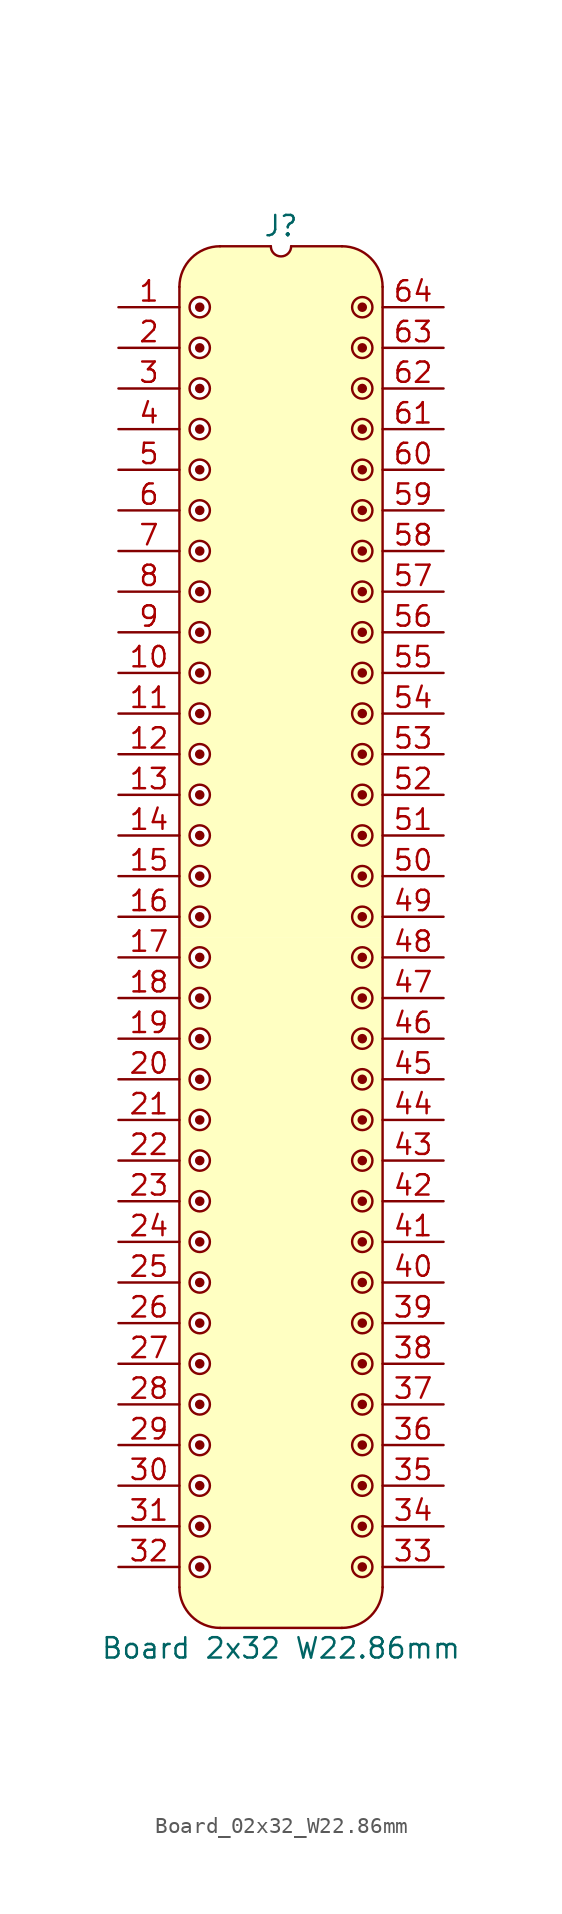
<source format=kicad_sym>
(kicad_symbol_lib
  (version 20241209)
  (generator "kicad_symbol_editor")
  (generator_version "9.0")
  (symbol "Board_02x32_W22.86mm"
    (pin_names
      (offset 1.016)
      (hide yes))
    (property "Reference" "J"
      (at 0 5.08 0)
      (effects (font (size 1.27 1.27))))
    (property "Value" "Board 2x32 W22.86mm"
      (at 0 -83.82 0)
      (effects (font (size 1.27 1.27))))
    (symbol "Board_02x32_W22.86mm_0_1"
      (polyline (pts (xy -6.35 1.27) (xy -6.35 -80.01)) (stroke (width 0) (type default)) (fill (type none)))
      (arc (start -3.8102 -82.5498) (mid -5.6063 -81.8059) (end -6.3502 -80.0098) (stroke (width 0) (type default)) (fill (type none)))
      (arc (start -6.35 1.27) (mid -5.6061 3.0661) (end -3.81 3.81) (stroke (width 0) (type default)) (fill (type none)))
      (polyline (pts (xy -3.81 3.81) (xy -0.635 3.81)) (stroke (width 0) (type default)) (fill (type none)))
      (arc (start 0.635 3.81) (mid 0 3.175) (end -0.635 3.81) (stroke (width 0) (type default)) (fill (type none)))
      (polyline (pts (xy 0.635 3.81) (xy 3.81 3.81)) (stroke (width 0) (type default)) (fill (type none)))
      (polyline (pts (xy 3.81 -82.55) (xy -3.81 -82.55)) (stroke (width 0) (type default)) (fill (type none)))
      (arc (start 3.81 3.81) (mid 5.6061 3.0661) (end 6.35 1.27) (stroke (width 0) (type default)) (fill (type none)))
      (arc (start 6.3498 -80.0098) (mid 5.6059 -81.8059) (end 3.8098 -82.5498) (stroke (width 0) (type default)) (fill (type none)))
      (polyline (pts (xy 6.35 -80.01) (xy 6.35 1.27)) (stroke (width 0) (type default)) (fill (type none))))
    (symbol "Board_02x32_W22.86mm_1_1"
      (polyline (pts (xy -6.35 1.27) (xy -6.096 2.286) (xy -5.588 3.048) (xy -4.826 3.556) (xy -4.064 3.81) (xy -0.762 3.81) (xy -0.508 3.302) (xy 0 3.048) (xy 0 -39.37) (xy -6.35 -39.37) (xy -6.35 1.27)) (stroke (width -0.0001) (type solid)) (fill (type background)))
      (polyline (pts (xy -6.35 -39.37) (xy 0 -39.37) (xy 0 -82.55) (xy -3.81 -82.55) (xy -4.826 -82.296) (xy -5.588 -81.788) (xy -6.096 -81.026) (xy -6.35 -80.01) (xy -6.35 -39.37)) (stroke (width -0.0001) (type solid)) (fill (type background)))
      (circle (center -5.08 0) (radius 0.0001) (stroke (width 0.3) (type solid)) (fill (type none)))
      (circle (center -5.08 0) (radius 0.635) (stroke (width 0) (type solid)) (fill (type color) (color 255 255 255 1)))
      (circle (center -5.08 -2.54) (radius 0.0001) (stroke (width 0.3) (type solid)) (fill (type none)))
      (circle (center -5.08 -2.54) (radius 0.635) (stroke (width 0) (type solid)) (fill (type color) (color 255 255 255 1)))
      (circle (center -5.08 -5.08) (radius 0.0001) (stroke (width 0.3) (type solid)) (fill (type none)))
      (circle (center -5.08 -5.08) (radius 0.635) (stroke (width 0) (type solid)) (fill (type color) (color 255 255 255 1)))
      (circle (center -5.08 -7.62) (radius 0.0001) (stroke (width 0.3) (type solid)) (fill (type none)))
      (circle (center -5.08 -7.62) (radius 0.635) (stroke (width 0) (type solid)) (fill (type color) (color 255 255 255 1)))
      (circle (center -5.08 -10.16) (radius 0.0001) (stroke (width 0.3) (type solid)) (fill (type none)))
      (circle (center -5.08 -10.16) (radius 0.635) (stroke (width 0) (type solid)) (fill (type color) (color 255 255 255 1)))
      (circle (center -5.08 -12.7) (radius 0.0001) (stroke (width 0.3) (type solid)) (fill (type none)))
      (circle (center -5.08 -12.7) (radius 0.635) (stroke (width 0) (type solid)) (fill (type color) (color 255 255 255 1)))
      (circle (center -5.08 -15.24) (radius 0.0001) (stroke (width 0.3) (type solid)) (fill (type none)))
      (circle (center -5.08 -15.24) (radius 0.635) (stroke (width 0) (type solid)) (fill (type color) (color 255 255 255 1)))
      (circle (center -5.08 -17.78) (radius 0.0001) (stroke (width 0.3) (type solid)) (fill (type none)))
      (circle (center -5.08 -17.78) (radius 0.635) (stroke (width 0) (type solid)) (fill (type color) (color 255 255 255 1)))
      (circle (center -5.08 -20.32) (radius 0.0001) (stroke (width 0.3) (type solid)) (fill (type none)))
      (circle (center -5.08 -20.32) (radius 0.635) (stroke (width 0) (type solid)) (fill (type color) (color 255 255 255 1)))
      (circle (center -5.08 -22.86) (radius 0.0001) (stroke (width 0.3) (type solid)) (fill (type none)))
      (circle (center -5.08 -22.86) (radius 0.635) (stroke (width 0) (type solid)) (fill (type color) (color 255 255 255 1)))
      (circle (center -5.08 -25.4) (radius 0.0001) (stroke (width 0.3) (type solid)) (fill (type none)))
      (circle (center -5.08 -25.4) (radius 0.635) (stroke (width 0) (type solid)) (fill (type color) (color 255 255 255 1)))
      (circle (center -5.08 -27.94) (radius 0.0001) (stroke (width 0.3) (type solid)) (fill (type none)))
      (circle (center -5.08 -27.94) (radius 0.635) (stroke (width 0) (type solid)) (fill (type color) (color 255 255 255 1)))
      (circle (center -5.08 -30.48) (radius 0.0001) (stroke (width 0.3) (type solid)) (fill (type none)))
      (circle (center -5.08 -30.48) (radius 0.635) (stroke (width 0) (type solid)) (fill (type color) (color 255 255 255 1)))
      (circle (center -5.08 -33.02) (radius 0.0001) (stroke (width 0.3) (type solid)) (fill (type none)))
      (circle (center -5.08 -33.02) (radius 0.635) (stroke (width 0) (type solid)) (fill (type color) (color 255 255 255 1)))
      (circle (center -5.08 -35.56) (radius 0.0001) (stroke (width 0.3) (type solid)) (fill (type none)))
      (circle (center -5.08 -35.56) (radius 0.635) (stroke (width 0) (type solid)) (fill (type color) (color 255 255 255 1)))
      (circle (center -5.08 -38.1) (radius 0.0001) (stroke (width 0.3) (type solid)) (fill (type none)))
      (circle (center -5.08 -38.1) (radius 0.635) (stroke (width 0) (type solid)) (fill (type color) (color 255 255 255 1)))
      (circle (center -5.08 -40.64) (radius 0.0001) (stroke (width 0.3) (type solid)) (fill (type none)))
      (circle (center -5.08 -40.64) (radius 0.635) (stroke (width 0) (type solid)) (fill (type color) (color 255 255 255 1)))
      (circle (center -5.08 -43.18) (radius 0.0001) (stroke (width 0.3) (type solid)) (fill (type none)))
      (circle (center -5.08 -43.18) (radius 0.635) (stroke (width 0) (type solid)) (fill (type color) (color 255 255 255 1)))
      (circle (center -5.08 -45.72) (radius 0.0001) (stroke (width 0.3) (type solid)) (fill (type none)))
      (circle (center -5.08 -45.72) (radius 0.635) (stroke (width 0) (type solid)) (fill (type color) (color 255 255 255 1)))
      (circle (center -5.08 -48.26) (radius 0.0001) (stroke (width 0.3) (type solid)) (fill (type none)))
      (circle (center -5.08 -48.26) (radius 0.635) (stroke (width 0) (type solid)) (fill (type color) (color 255 255 255 1)))
      (circle (center -5.08 -50.8) (radius 0.0001) (stroke (width 0.3) (type solid)) (fill (type none)))
      (circle (center -5.08 -50.8) (radius 0.635) (stroke (width 0) (type solid)) (fill (type color) (color 255 255 255 1)))
      (circle (center -5.08 -53.34) (radius 0.0001) (stroke (width 0.3) (type solid)) (fill (type none)))
      (circle (center -5.08 -53.34) (radius 0.635) (stroke (width 0) (type solid)) (fill (type color) (color 255 255 255 1)))
      (circle (center -5.08 -55.88) (radius 0.0001) (stroke (width 0.3) (type solid)) (fill (type none)))
      (circle (center -5.08 -55.88) (radius 0.635) (stroke (width 0) (type solid)) (fill (type color) (color 255 255 255 1)))
      (circle (center -5.08 -58.42) (radius 0.0001) (stroke (width 0.3) (type solid)) (fill (type none)))
      (circle (center -5.08 -58.42) (radius 0.635) (stroke (width 0) (type solid)) (fill (type color) (color 255 255 255 1)))
      (circle (center -5.08 -60.96) (radius 0.0001) (stroke (width 0.3) (type solid)) (fill (type none)))
      (circle (center -5.08 -60.96) (radius 0.635) (stroke (width 0) (type solid)) (fill (type color) (color 255 255 255 1)))
      (circle (center -5.08 -63.5) (radius 0.0001) (stroke (width 0.3) (type solid)) (fill (type none)))
      (circle (center -5.08 -63.5) (radius 0.635) (stroke (width 0) (type solid)) (fill (type color) (color 255 255 255 1)))
      (circle (center -5.08 -66.04) (radius 0.0001) (stroke (width 0.3) (type solid)) (fill (type none)))
      (circle (center -5.08 -66.04) (radius 0.635) (stroke (width 0) (type solid)) (fill (type color) (color 255 255 255 1)))
      (circle (center -5.08 -68.58) (radius 0.0001) (stroke (width 0.3) (type solid)) (fill (type none)))
      (circle (center -5.08 -68.58) (radius 0.635) (stroke (width 0) (type solid)) (fill (type color) (color 255 255 255 1)))
      (circle (center -5.08 -71.12) (radius 0.0001) (stroke (width 0.3) (type solid)) (fill (type none)))
      (circle (center -5.08 -71.12) (radius 0.635) (stroke (width 0) (type solid)) (fill (type color) (color 255 255 255 1)))
      (circle (center -5.08 -73.66) (radius 0.0001) (stroke (width 0.3) (type solid)) (fill (type none)))
      (circle (center -5.08 -73.66) (radius 0.635) (stroke (width 0) (type solid)) (fill (type color) (color 255 255 255 1)))
      (circle (center -5.08 -76.2) (radius 0.0001) (stroke (width 0.3) (type solid)) (fill (type none)))
      (circle (center -5.08 -76.2) (radius 0.635) (stroke (width 0) (type solid)) (fill (type color) (color 255 255 255 1)))
      (circle (center -5.08 -78.74) (radius 0.0001) (stroke (width 0.3) (type solid)) (fill (type none)))
      (circle (center -5.08 -78.74) (radius 0.635) (stroke (width 0) (type solid)) (fill (type color) (color 255 255 255 1)))
      (circle (center 5.08 0) (radius 0.0001) (stroke (width 0.3) (type solid)) (fill (type none)))
      (circle (center 5.08 0) (radius 0.635) (stroke (width 0) (type solid)) (fill (type color) (color 255 255 255 1)))
      (circle (center 5.08 -2.54) (radius 0.0001) (stroke (width 0.3) (type solid)) (fill (type none)))
      (circle (center 5.08 -2.54) (radius 0.635) (stroke (width 0) (type solid)) (fill (type color) (color 255 255 255 1)))
      (circle (center 5.08 -5.08) (radius 0.0001) (stroke (width 0.3) (type solid)) (fill (type none)))
      (circle (center 5.08 -5.08) (radius 0.635) (stroke (width 0) (type solid)) (fill (type color) (color 255 255 255 1)))
      (circle (center 5.08 -7.62) (radius 0.0001) (stroke (width 0.3) (type solid)) (fill (type none)))
      (circle (center 5.08 -7.62) (radius 0.635) (stroke (width 0) (type solid)) (fill (type color) (color 255 255 255 1)))
      (circle (center 5.08 -10.16) (radius 0.0001) (stroke (width 0.3) (type solid)) (fill (type none)))
      (circle (center 5.08 -10.16) (radius 0.635) (stroke (width 0) (type solid)) (fill (type color) (color 255 255 255 1)))
      (circle (center 5.08 -12.7) (radius 0.0001) (stroke (width 0.3) (type solid)) (fill (type none)))
      (circle (center 5.08 -12.7) (radius 0.635) (stroke (width 0) (type solid)) (fill (type color) (color 255 255 255 1)))
      (circle (center 5.08 -15.24) (radius 0.0001) (stroke (width 0.3) (type solid)) (fill (type none)))
      (circle (center 5.08 -15.24) (radius 0.635) (stroke (width 0) (type solid)) (fill (type color) (color 255 255 255 1)))
      (circle (center 5.08 -17.78) (radius 0.0001) (stroke (width 0.3) (type solid)) (fill (type none)))
      (circle (center 5.08 -17.78) (radius 0.635) (stroke (width 0) (type solid)) (fill (type color) (color 255 255 255 1)))
      (circle (center 5.08 -20.32) (radius 0.0001) (stroke (width 0.3) (type solid)) (fill (type none)))
      (circle (center 5.08 -20.32) (radius 0.635) (stroke (width 0) (type solid)) (fill (type color) (color 255 255 255 1)))
      (circle (center 5.08 -22.86) (radius 0.0001) (stroke (width 0.3) (type solid)) (fill (type none)))
      (circle (center 5.08 -22.86) (radius 0.635) (stroke (width 0) (type solid)) (fill (type color) (color 255 255 255 1)))
      (circle (center 5.08 -25.4) (radius 0.0001) (stroke (width 0.3) (type solid)) (fill (type none)))
      (circle (center 5.08 -25.4) (radius 0.635) (stroke (width 0) (type solid)) (fill (type color) (color 255 255 255 1)))
      (circle (center 5.08 -27.94) (radius 0.0001) (stroke (width 0.3) (type solid)) (fill (type none)))
      (circle (center 5.08 -27.94) (radius 0.635) (stroke (width 0) (type solid)) (fill (type color) (color 255 255 255 1)))
      (circle (center 5.08 -30.48) (radius 0.0001) (stroke (width 0.3) (type solid)) (fill (type none)))
      (circle (center 5.08 -30.48) (radius 0.635) (stroke (width 0) (type solid)) (fill (type color) (color 255 255 255 1)))
      (circle (center 5.08 -33.02) (radius 0.0001) (stroke (width 0.3) (type solid)) (fill (type none)))
      (circle (center 5.08 -33.02) (radius 0.635) (stroke (width 0) (type solid)) (fill (type color) (color 255 255 255 1)))
      (circle (center 5.08 -35.56) (radius 0.0001) (stroke (width 0.3) (type solid)) (fill (type none)))
      (circle (center 5.08 -35.56) (radius 0.635) (stroke (width 0) (type solid)) (fill (type color) (color 255 255 255 1)))
      (circle (center 5.08 -38.1) (radius 0.0001) (stroke (width 0.3) (type solid)) (fill (type none)))
      (circle (center 5.08 -38.1) (radius 0.635) (stroke (width 0) (type solid)) (fill (type color) (color 255 255 255 1)))
      (circle (center 5.08 -40.64) (radius 0.0001) (stroke (width 0.3) (type solid)) (fill (type none)))
      (circle (center 5.08 -40.64) (radius 0.635) (stroke (width 0) (type solid)) (fill (type color) (color 255 255 255 1)))
      (circle (center 5.08 -43.18) (radius 0.0001) (stroke (width 0.3) (type solid)) (fill (type none)))
      (circle (center 5.08 -43.18) (radius 0.635) (stroke (width 0) (type solid)) (fill (type color) (color 255 255 255 1)))
      (circle (center 5.08 -45.72) (radius 0.0001) (stroke (width 0.3) (type solid)) (fill (type none)))
      (circle (center 5.08 -45.72) (radius 0.635) (stroke (width 0) (type solid)) (fill (type color) (color 255 255 255 1)))
      (circle (center 5.08 -48.26) (radius 0.0001) (stroke (width 0.3) (type solid)) (fill (type none)))
      (circle (center 5.08 -48.26) (radius 0.635) (stroke (width 0) (type solid)) (fill (type color) (color 255 255 255 1)))
      (circle (center 5.08 -50.8) (radius 0.0001) (stroke (width 0.3) (type solid)) (fill (type none)))
      (circle (center 5.08 -50.8) (radius 0.635) (stroke (width 0) (type solid)) (fill (type color) (color 255 255 255 1)))
      (circle (center 5.08 -53.34) (radius 0.0001) (stroke (width 0.3) (type solid)) (fill (type none)))
      (circle (center 5.08 -53.34) (radius 0.635) (stroke (width 0) (type solid)) (fill (type color) (color 255 255 255 1)))
      (circle (center 5.08 -55.88) (radius 0.0001) (stroke (width 0.3) (type solid)) (fill (type none)))
      (circle (center 5.08 -55.88) (radius 0.635) (stroke (width 0) (type solid)) (fill (type color) (color 255 255 255 1)))
      (circle (center 5.08 -58.42) (radius 0.0001) (stroke (width 0.3) (type solid)) (fill (type none)))
      (circle (center 5.08 -58.42) (radius 0.635) (stroke (width 0) (type solid)) (fill (type color) (color 255 255 255 1)))
      (circle (center 5.08 -60.96) (radius 0.0001) (stroke (width 0.3) (type solid)) (fill (type none)))
      (circle (center 5.08 -60.96) (radius 0.635) (stroke (width 0) (type solid)) (fill (type color) (color 255 255 255 1)))
      (circle (center 5.08 -63.5) (radius 0.0001) (stroke (width 0.3) (type solid)) (fill (type none)))
      (circle (center 5.08 -63.5) (radius 0.635) (stroke (width 0) (type solid)) (fill (type color) (color 255 255 255 1)))
      (circle (center 5.08 -66.04) (radius 0.0001) (stroke (width 0.3) (type solid)) (fill (type none)))
      (circle (center 5.08 -66.04) (radius 0.635) (stroke (width 0) (type solid)) (fill (type color) (color 255 255 255 1)))
      (circle (center 5.08 -68.58) (radius 0.0001) (stroke (width 0.3) (type solid)) (fill (type none)))
      (circle (center 5.08 -68.58) (radius 0.635) (stroke (width 0) (type solid)) (fill (type color) (color 255 255 255 1)))
      (circle (center 5.08 -71.12) (radius 0.0001) (stroke (width 0.3) (type solid)) (fill (type none)))
      (circle (center 5.08 -71.12) (radius 0.635) (stroke (width 0) (type solid)) (fill (type color) (color 255 255 255 1)))
      (circle (center 5.08 -73.66) (radius 0.0001) (stroke (width 0.3) (type solid)) (fill (type none)))
      (circle (center 5.08 -73.66) (radius 0.635) (stroke (width 0) (type solid)) (fill (type color) (color 255 255 255 1)))
      (circle (center 5.08 -76.2) (radius 0.0001) (stroke (width 0.3) (type solid)) (fill (type none)))
      (circle (center 5.08 -76.2) (radius 0.635) (stroke (width 0) (type solid)) (fill (type color) (color 255 255 255 1)))
      (circle (center 5.08 -78.74) (radius 0.0001) (stroke (width 0.3) (type solid)) (fill (type none)))
      (circle (center 5.08 -78.74) (radius 0.635) (stroke (width 0) (type solid)) (fill (type color) (color 255 255 255 1)))
      (polyline (pts (xy 6.35 1.27) (xy 6.096 2.286) (xy 5.588 3.048) (xy 4.826 3.556) (xy 4.064 3.81) (xy 0.762 3.81) (xy 0.508 3.302) (xy 0 3.048) (xy 0 -39.37) (xy 6.35 -39.37) (xy 6.35 1.27)) (stroke (width -0.0001) (type solid)) (fill (type background)))
      (polyline (pts (xy 6.35 -39.37) (xy 0 -39.37) (xy 0 -82.55) (xy 3.81 -82.55) (xy 4.826 -82.296) (xy 5.588 -81.788) (xy 6.096 -81.026) (xy 6.35 -80.01)) (stroke (width -0.0001) (type solid)) (fill (type background)))
      (pin passive line (at -10.16 0 0) (length 3.81) (name "" (effects (font (size 1.27 1.27)))) (number "1" (effects (font (size 1.27 1.27)))))
      (pin passive line (at -10.16 -2.54 0) (length 3.81) (name "" (effects (font (size 1.27 1.27)))) (number "2" (effects (font (size 1.27 1.27)))))
      (pin passive line (at -10.16 -5.08 0) (length 3.81) (name "" (effects (font (size 1.27 1.27)))) (number "3" (effects (font (size 1.27 1.27)))))
      (pin passive line (at -10.16 -7.62 0) (length 3.81) (name "" (effects (font (size 1.27 1.27)))) (number "4" (effects (font (size 1.27 1.27)))))
      (pin passive line (at -10.16 -10.16 0) (length 3.81) (name "" (effects (font (size 1.27 1.27)))) (number "5" (effects (font (size 1.27 1.27)))))
      (pin passive line (at -10.16 -12.7 0) (length 3.81) (name "" (effects (font (size 1.27 1.27)))) (number "6" (effects (font (size 1.27 1.27)))))
      (pin passive line (at -10.16 -15.24 0) (length 3.81) (name "" (effects (font (size 1.27 1.27)))) (number "7" (effects (font (size 1.27 1.27)))))
      (pin passive line (at -10.16 -17.78 0) (length 3.81) (name "" (effects (font (size 1.27 1.27)))) (number "8" (effects (font (size 1.27 1.27)))))
      (pin passive line (at -10.16 -20.32 0) (length 3.81) (name "" (effects (font (size 1.27 1.27)))) (number "9" (effects (font (size 1.27 1.27)))))
      (pin passive line (at -10.16 -22.86 0) (length 3.81) (name "" (effects (font (size 1.27 1.27)))) (number "10" (effects (font (size 1.27 1.27)))))
      (pin passive line (at -10.16 -25.4 0) (length 3.81) (name "" (effects (font (size 1.27 1.27)))) (number "11" (effects (font (size 1.27 1.27)))))
      (pin passive line (at -10.16 -27.94 0) (length 3.81) (name "" (effects (font (size 1.27 1.27)))) (number "12" (effects (font (size 1.27 1.27)))))
      (pin passive line (at -10.16 -30.48 0) (length 3.81) (name "" (effects (font (size 1.27 1.27)))) (number "13" (effects (font (size 1.27 1.27)))))
      (pin passive line (at -10.16 -33.02 0) (length 3.81) (name "" (effects (font (size 1.27 1.27)))) (number "14" (effects (font (size 1.27 1.27)))))
      (pin passive line (at -10.16 -35.56 0) (length 3.81) (name "" (effects (font (size 1.27 1.27)))) (number "15" (effects (font (size 1.27 1.27)))))
      (pin passive line (at -10.16 -38.1 0) (length 3.81) (name "" (effects (font (size 1.27 1.27)))) (number "16" (effects (font (size 1.27 1.27)))))
      (pin passive line (at -10.16 -40.64 0) (length 3.81) (name "" (effects (font (size 1.27 1.27)))) (number "17" (effects (font (size 1.27 1.27)))))
      (pin passive line (at -10.16 -43.18 0) (length 3.81) (name "" (effects (font (size 1.27 1.27)))) (number "18" (effects (font (size 1.27 1.27)))))
      (pin passive line (at -10.16 -45.72 0) (length 3.81) (name "" (effects (font (size 1.27 1.27)))) (number "19" (effects (font (size 1.27 1.27)))))
      (pin passive line (at -10.16 -48.26 0) (length 3.81) (name "" (effects (font (size 1.27 1.27)))) (number "20" (effects (font (size 1.27 1.27)))))
      (pin passive line (at -10.16 -50.8 0) (length 3.81) (name "" (effects (font (size 1.27 1.27)))) (number "21" (effects (font (size 1.27 1.27)))))
      (pin passive line (at -10.16 -53.34 0) (length 3.81) (name "" (effects (font (size 1.27 1.27)))) (number "22" (effects (font (size 1.27 1.27)))))
      (pin passive line (at -10.16 -55.88 0) (length 3.81) (name "" (effects (font (size 1.27 1.27)))) (number "23" (effects (font (size 1.27 1.27)))))
      (pin passive line (at -10.16 -58.42 0) (length 3.81) (name "" (effects (font (size 1.27 1.27)))) (number "24" (effects (font (size 1.27 1.27)))))
      (pin passive line (at -10.16 -60.96 0) (length 3.81) (name "" (effects (font (size 1.27 1.27)))) (number "25" (effects (font (size 1.27 1.27)))))
      (pin passive line (at -10.16 -63.5 0) (length 3.81) (name "" (effects (font (size 1.27 1.27)))) (number "26" (effects (font (size 1.27 1.27)))))
      (pin passive line (at -10.16 -66.04 0) (length 3.81) (name "" (effects (font (size 1.27 1.27)))) (number "27" (effects (font (size 1.27 1.27)))))
      (pin passive line (at -10.16 -68.58 0) (length 3.81) (name "" (effects (font (size 1.27 1.27)))) (number "28" (effects (font (size 1.27 1.27)))))
      (pin passive line (at -10.16 -71.12 0) (length 3.81) (name "" (effects (font (size 1.27 1.27)))) (number "29" (effects (font (size 1.27 1.27)))))
      (pin passive line (at -10.16 -73.66 0) (length 3.81) (name "" (effects (font (size 1.27 1.27)))) (number "30" (effects (font (size 1.27 1.27)))))
      (pin passive line (at -10.16 -76.2 0) (length 3.81) (name "" (effects (font (size 1.27 1.27)))) (number "31" (effects (font (size 1.27 1.27)))))
      (pin passive line (at -10.16 -78.74 0) (length 3.81) (name "" (effects (font (size 1.27 1.27)))) (number "32" (effects (font (size 1.27 1.27)))))
      (pin passive line (at 10.16 0 180) (length 3.81) (name "" (effects (font (size 1.27 1.27)))) (number "64" (effects (font (size 1.27 1.27)))))
      (pin passive line (at 10.16 -2.54 180) (length 3.81) (name "" (effects (font (size 1.27 1.27)))) (number "63" (effects (font (size 1.27 1.27)))))
      (pin passive line (at 10.16 -5.08 180) (length 3.81) (name "" (effects (font (size 1.27 1.27)))) (number "62" (effects (font (size 1.27 1.27)))))
      (pin passive line (at 10.16 -7.62 180) (length 3.81) (name "" (effects (font (size 1.27 1.27)))) (number "61" (effects (font (size 1.27 1.27)))))
      (pin passive line (at 10.16 -10.16 180) (length 3.81) (name "" (effects (font (size 1.27 1.27)))) (number "60" (effects (font (size 1.27 1.27)))))
      (pin passive line (at 10.16 -12.7 180) (length 3.81) (name "" (effects (font (size 1.27 1.27)))) (number "59" (effects (font (size 1.27 1.27)))))
      (pin passive line (at 10.16 -15.24 180) (length 3.81) (name "" (effects (font (size 1.27 1.27)))) (number "58" (effects (font (size 1.27 1.27)))))
      (pin passive line (at 10.16 -17.78 180) (length 3.81) (name "" (effects (font (size 1.27 1.27)))) (number "57" (effects (font (size 1.27 1.27)))))
      (pin passive line (at 10.16 -20.32 180) (length 3.81) (name "" (effects (font (size 1.27 1.27)))) (number "56" (effects (font (size 1.27 1.27)))))
      (pin passive line (at 10.16 -22.86 180) (length 3.81) (name "" (effects (font (size 1.27 1.27)))) (number "55" (effects (font (size 1.27 1.27)))))
      (pin passive line (at 10.16 -25.4 180) (length 3.81) (name "" (effects (font (size 1.27 1.27)))) (number "54" (effects (font (size 1.27 1.27)))))
      (pin passive line (at 10.16 -27.94 180) (length 3.81) (name "" (effects (font (size 1.27 1.27)))) (number "53" (effects (font (size 1.27 1.27)))))
      (pin passive line (at 10.16 -30.48 180) (length 3.81) (name "" (effects (font (size 1.27 1.27)))) (number "52" (effects (font (size 1.27 1.27)))))
      (pin passive line (at 10.16 -33.02 180) (length 3.81) (name "" (effects (font (size 1.27 1.27)))) (number "51" (effects (font (size 1.27 1.27)))))
      (pin passive line (at 10.16 -35.56 180) (length 3.81) (name "" (effects (font (size 1.27 1.27)))) (number "50" (effects (font (size 1.27 1.27)))))
      (pin passive line (at 10.16 -38.1 180) (length 3.81) (name "" (effects (font (size 1.27 1.27)))) (number "49" (effects (font (size 1.27 1.27)))))
      (pin passive line (at 10.16 -40.64 180) (length 3.81) (name "" (effects (font (size 1.27 1.27)))) (number "48" (effects (font (size 1.27 1.27)))))
      (pin passive line (at 10.16 -43.18 180) (length 3.81) (name "" (effects (font (size 1.27 1.27)))) (number "47" (effects (font (size 1.27 1.27)))))
      (pin passive line (at 10.16 -45.72 180) (length 3.81) (name "" (effects (font (size 1.27 1.27)))) (number "46" (effects (font (size 1.27 1.27)))))
      (pin passive line (at 10.16 -48.26 180) (length 3.81) (name "" (effects (font (size 1.27 1.27)))) (number "45" (effects (font (size 1.27 1.27)))))
      (pin passive line (at 10.16 -50.8 180) (length 3.81) (name "" (effects (font (size 1.27 1.27)))) (number "44" (effects (font (size 1.27 1.27)))))
      (pin passive line (at 10.16 -53.34 180) (length 3.81) (name "" (effects (font (size 1.27 1.27)))) (number "43" (effects (font (size 1.27 1.27)))))
      (pin passive line (at 10.16 -55.88 180) (length 3.81) (name "" (effects (font (size 1.27 1.27)))) (number "42" (effects (font (size 1.27 1.27)))))
      (pin passive line (at 10.16 -58.42 180) (length 3.81) (name "" (effects (font (size 1.27 1.27)))) (number "41" (effects (font (size 1.27 1.27)))))
      (pin passive line (at 10.16 -60.96 180) (length 3.81) (name "" (effects (font (size 1.27 1.27)))) (number "40" (effects (font (size 1.27 1.27)))))
      (pin passive line (at 10.16 -63.5 180) (length 3.81) (name "" (effects (font (size 1.27 1.27)))) (number "39" (effects (font (size 1.27 1.27)))))
      (pin passive line (at 10.16 -66.04 180) (length 3.81) (name "" (effects (font (size 1.27 1.27)))) (number "38" (effects (font (size 1.27 1.27)))))
      (pin passive line (at 10.16 -68.58 180) (length 3.81) (name "" (effects (font (size 1.27 1.27)))) (number "37" (effects (font (size 1.27 1.27)))))
      (pin passive line (at 10.16 -71.12 180) (length 3.81) (name "" (effects (font (size 1.27 1.27)))) (number "36" (effects (font (size 1.27 1.27)))))
      (pin passive line (at 10.16 -73.66 180) (length 3.81) (name "" (effects (font (size 1.27 1.27)))) (number "35" (effects (font (size 1.27 1.27)))))
      (pin passive line (at 10.16 -76.2 180) (length 3.81) (name "" (effects (font (size 1.27 1.27)))) (number "34" (effects (font (size 1.27 1.27)))))
      (pin passive line (at 10.16 -78.74 180) (length 3.81) (name "" (effects (font (size 1.27 1.27)))) (number "33" (effects (font (size 1.27 1.27))))))))
</source>
